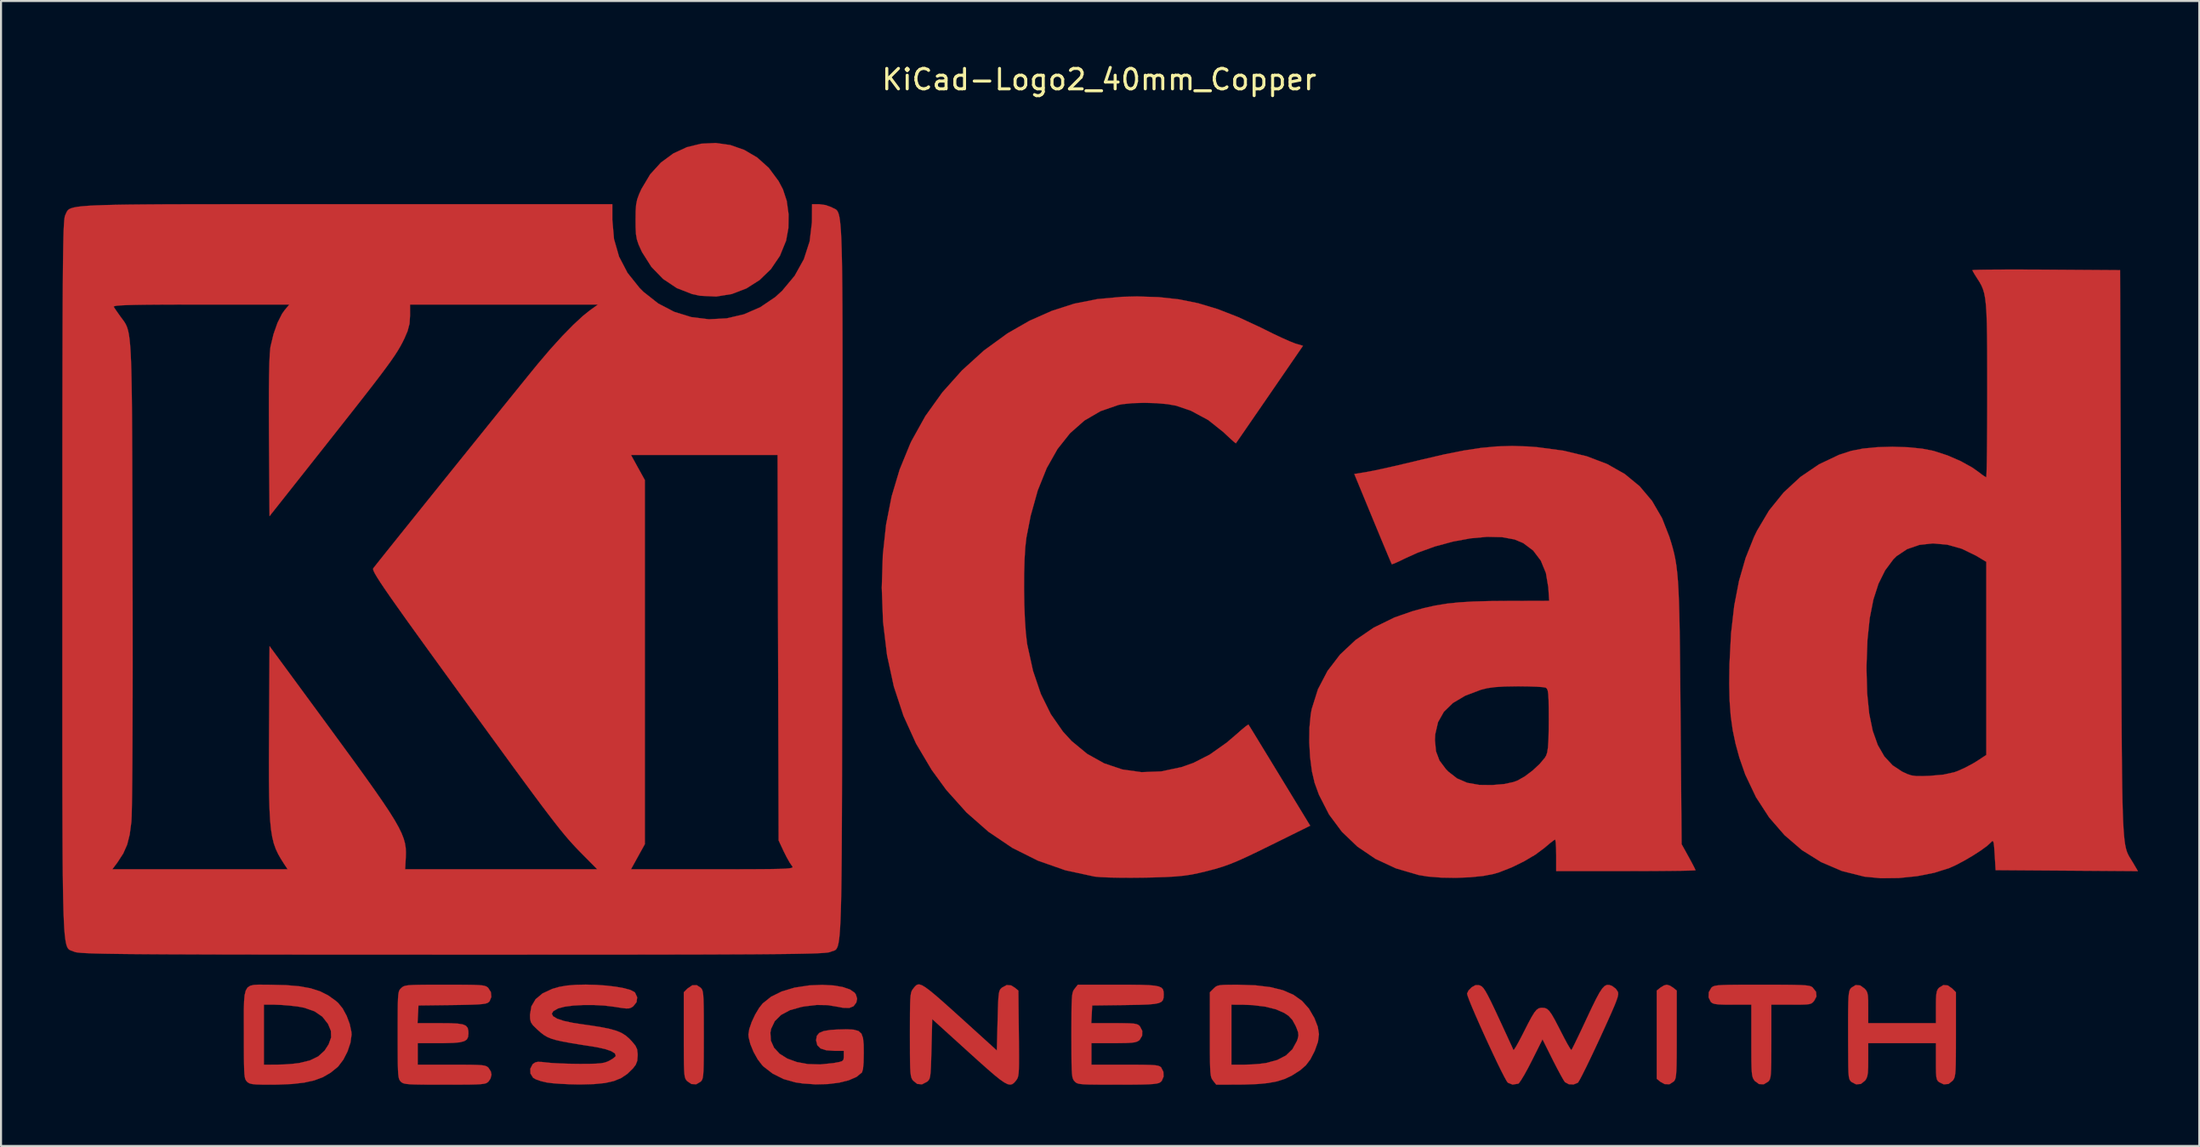
<source format=kicad_pcb>
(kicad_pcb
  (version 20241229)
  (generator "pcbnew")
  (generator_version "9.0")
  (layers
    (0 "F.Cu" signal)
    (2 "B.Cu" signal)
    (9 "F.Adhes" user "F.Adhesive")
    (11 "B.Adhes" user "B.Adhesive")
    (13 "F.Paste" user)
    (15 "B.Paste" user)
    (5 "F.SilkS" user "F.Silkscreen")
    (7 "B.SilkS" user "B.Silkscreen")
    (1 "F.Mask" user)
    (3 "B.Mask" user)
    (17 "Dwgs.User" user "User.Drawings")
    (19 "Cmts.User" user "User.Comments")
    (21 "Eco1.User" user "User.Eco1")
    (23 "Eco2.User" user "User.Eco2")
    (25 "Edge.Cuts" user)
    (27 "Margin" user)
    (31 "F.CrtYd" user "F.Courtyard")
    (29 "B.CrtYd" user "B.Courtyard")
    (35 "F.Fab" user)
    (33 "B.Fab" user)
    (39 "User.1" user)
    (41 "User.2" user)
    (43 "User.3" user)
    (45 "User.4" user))
  (footprint "KiCad-Logo2_40mm_Copper"
    (layer "F.Cu")
    (at 50.806 23.708)
    (property "Reference" "KiCad-Logo2_40mm_Copper" (at 0 -22.86 0) (layer "F.SilkS") (effects (font (size 1 1) (thickness 0.15))))
    (attr exclude_from_pos_files exclude_from_bom)
    (fp_poly (pts (xy 27.966 21.545) (xy 28.124 21.644) (xy 28.302 21.788) (xy 28.302 23.935) (xy 28.301 24.563) (xy 28.299 25.057) (xy 28.293 25.436) (xy 28.284 25.717) (xy 28.269 25.917) (xy 28.249 26.054) (xy 28.221 26.146) (xy 28.184 26.209) (xy 28.158 26.24) (xy 27.948 26.377) (xy 27.709 26.371) (xy 27.5 26.255) (xy 27.322 26.11) (xy 27.322 21.788) (xy 27.5 21.644) (xy 27.672 21.539) (xy 27.812 21.5) (xy 27.966 21.545)) (stroke (width 0.01) (type solid)) (fill yes) (layer "F.Cu"))
    (fp_poly (pts (xy -19.521 21.65) (xy -19.477 21.701) (xy -19.443 21.766) (xy -19.417 21.863) (xy -19.398 22.01) (xy -19.385 22.225) (xy -19.377 22.523) (xy -19.372 22.924) (xy -19.371 23.444) (xy -19.37 23.949) (xy -19.371 24.576) (xy -19.373 25.069) (xy -19.378 25.447) (xy -19.387 25.726) (xy -19.401 25.924) (xy -19.421 26.059) (xy -19.449 26.148) (xy -19.486 26.209) (xy -19.521 26.248) (xy -19.741 26.379) (xy -19.976 26.368) (xy -20.186 26.224) (xy -20.235 26.168) (xy -20.272 26.103) (xy -20.301 26.012) (xy -20.321 25.875) (xy -20.335 25.675) (xy -20.344 25.395) (xy -20.348 25.016) (xy -20.35 24.521) (xy -20.35 23.96) (xy -20.35 21.87) (xy -20.165 21.685) (xy -19.937 21.529) (xy -19.716 21.523) (xy -19.521 21.65)) (stroke (width 0.01) (type solid)) (fill yes) (layer "F.Cu"))
    (fp_poly (pts (xy -18.076 -19.651) (xy -17.392 -19.413) (xy -16.756 -19.04) (xy -16.187 -18.531) (xy -15.708 -17.886) (xy -15.493 -17.48) (xy -15.306 -16.911) (xy -15.216 -16.254) (xy -15.226 -15.579) (xy -15.337 -14.968) (xy -15.641 -14.22) (xy -16.081 -13.572) (xy -16.635 -13.035) (xy -17.282 -12.624) (xy -17.998 -12.349) (xy -18.761 -12.225) (xy -19.549 -12.263) (xy -19.938 -12.345) (xy -20.695 -12.64) (xy -21.367 -13.089) (xy -21.938 -13.679) (xy -22.393 -14.397) (xy -22.431 -14.475) (xy -22.564 -14.769) (xy -22.647 -15.017) (xy -22.693 -15.278) (xy -22.711 -15.613) (xy -22.714 -15.977) (xy -22.709 -16.415) (xy -22.686 -16.732) (xy -22.634 -16.987) (xy -22.541 -17.243) (xy -22.426 -17.496) (xy -21.998 -18.213) (xy -21.47 -18.793) (xy -20.864 -19.237) (xy -20.201 -19.545) (xy -19.501 -19.716) (xy -18.786 -19.751) (xy -18.076 -19.651)) (stroke (width 0.01) (type solid)) (fill yes) (layer "F.Cu"))
    (fp_poly (pts (xy 33.136 21.5) (xy 33.662 21.503) (xy 34.07 21.508) (xy 34.376 21.517) (xy 34.599 21.53) (xy 34.753 21.549) (xy 34.856 21.574) (xy 34.924 21.607) (xy 34.957 21.631) (xy 35.128 21.849) (xy 35.149 22.074) (xy 35.043 22.279) (xy 34.974 22.361) (xy 34.9 22.417) (xy 34.792 22.452) (xy 34.622 22.47) (xy 34.363 22.478) (xy 33.986 22.479) (xy 33.911 22.479) (xy 32.937 22.479) (xy 32.937 24.288) (xy 32.936 24.858) (xy 32.934 25.297) (xy 32.927 25.624) (xy 32.915 25.857) (xy 32.896 26.017) (xy 32.869 26.123) (xy 32.833 26.194) (xy 32.786 26.248) (xy 32.566 26.38) (xy 32.337 26.37) (xy 32.129 26.219) (xy 32.113 26.2) (xy 32.064 26.129) (xy 32.026 26.046) (xy 31.998 25.931) (xy 31.979 25.764) (xy 31.967 25.524) (xy 31.96 25.192) (xy 31.958 24.747) (xy 31.957 24.24) (xy 31.957 22.479) (xy 31.027 22.479) (xy 30.628 22.477) (xy 30.351 22.466) (xy 30.17 22.444) (xy 30.056 22.407) (xy 29.981 22.351) (xy 29.972 22.342) (xy 29.862 22.12) (xy 29.872 21.869) (xy 29.998 21.65) (xy 30.046 21.608) (xy 30.109 21.574) (xy 30.202 21.548) (xy 30.343 21.529) (xy 30.548 21.516) (xy 30.834 21.507) (xy 31.217 21.502) (xy 31.714 21.5) (xy 32.343 21.5) (xy 32.477 21.5) (xy 33.136 21.5)) (stroke (width 0.01) (type solid)) (fill yes) (layer "F.Cu"))
    (fp_poly (pts (xy 41.587 21.536) (xy 41.797 21.685) (xy 41.982 21.87) (xy 41.982 23.936) (xy 41.981 24.549) (xy 41.979 25.03) (xy 41.973 25.397) (xy 41.964 25.668) (xy 41.948 25.861) (xy 41.926 25.995) (xy 41.896 26.088) (xy 41.856 26.158) (xy 41.825 26.2) (xy 41.62 26.364) (xy 41.385 26.382) (xy 41.169 26.281) (xy 41.098 26.222) (xy 41.051 26.143) (xy 41.022 26.016) (xy 41.007 25.812) (xy 41.002 25.503) (xy 41.002 25.264) (xy 41.002 24.364) (xy 37.685 24.364) (xy 37.685 25.183) (xy 37.682 25.557) (xy 37.668 25.814) (xy 37.639 25.988) (xy 37.589 26.112) (xy 37.529 26.2) (xy 37.323 26.364) (xy 37.09 26.383) (xy 36.866 26.267) (xy 36.805 26.206) (xy 36.762 26.125) (xy 36.734 25.999) (xy 36.717 25.803) (xy 36.708 25.511) (xy 36.704 25.099) (xy 36.704 25.004) (xy 36.7 24.227) (xy 36.699 23.587) (xy 36.699 23.069) (xy 36.703 22.66) (xy 36.709 22.345) (xy 36.72 22.11) (xy 36.736 21.942) (xy 36.758 21.825) (xy 36.785 21.746) (xy 36.819 21.692) (xy 36.856 21.65) (xy 37.069 21.518) (xy 37.291 21.536) (xy 37.5 21.685) (xy 37.585 21.78) (xy 37.639 21.886) (xy 37.669 22.037) (xy 37.683 22.267) (xy 37.685 22.613) (xy 37.685 22.627) (xy 37.685 23.384) (xy 41.002 23.384) (xy 41.002 22.592) (xy 41.005 22.228) (xy 41.019 21.982) (xy 41.048 21.822) (xy 41.097 21.716) (xy 41.153 21.65) (xy 41.365 21.518) (xy 41.587 21.536)) (stroke (width 0.01) (type solid)) (fill yes) (layer "F.Cu"))
    (fp_poly (pts (xy 6.799 21.501) (xy 7.66 21.53) (xy 8.392 21.618) (xy 9.008 21.771) (xy 9.519 21.994) (xy 9.938 22.291) (xy 10.277 22.669) (xy 10.547 23.133) (xy 10.552 23.144) (xy 10.713 23.559) (xy 10.771 23.926) (xy 10.724 24.296) (xy 10.573 24.718) (xy 10.545 24.782) (xy 10.35 25.158) (xy 10.131 25.448) (xy 9.848 25.695) (xy 9.462 25.94) (xy 9.44 25.953) (xy 9.104 26.114) (xy 8.724 26.235) (xy 8.276 26.319) (xy 7.735 26.37) (xy 7.078 26.393) (xy 6.845 26.395) (xy 5.739 26.399) (xy 5.583 26.2) (xy 5.537 26.135) (xy 5.5 26.059) (xy 5.473 25.953) (xy 5.454 25.8) (xy 5.441 25.581) (xy 5.436 25.419) (xy 6.482 25.419) (xy 7.109 25.419) (xy 7.476 25.408) (xy 7.852 25.38) (xy 8.161 25.34) (xy 8.18 25.337) (xy 8.729 25.189) (xy 9.154 24.968) (xy 9.47 24.663) (xy 9.69 24.263) (xy 9.728 24.157) (xy 9.766 23.992) (xy 9.75 23.829) (xy 9.671 23.612) (xy 9.623 23.505) (xy 9.467 23.222) (xy 9.28 23.023) (xy 9.073 22.885) (xy 8.659 22.704) (xy 8.13 22.574) (xy 7.513 22.499) (xy 7.066 22.482) (xy 6.482 22.479) (xy 6.482 25.419) (xy 5.436 25.419) (xy 5.433 25.278) (xy 5.428 24.873) (xy 5.427 24.347) (xy 5.427 23.936) (xy 5.427 21.87) (xy 5.612 21.685) (xy 5.694 21.61) (xy 5.783 21.558) (xy 5.907 21.526) (xy 6.094 21.509) (xy 6.374 21.502) (xy 6.775 21.501) (xy 6.799 21.501)) (stroke (width 0.01) (type solid)) (fill yes) (layer "F.Cu"))
    (fp_poly (pts (xy -40.87 21.5) (xy -40.606 21.502) (xy -39.834 21.521) (xy -39.187 21.576) (xy -38.643 21.674) (xy -38.181 21.821) (xy -37.779 22.022) (xy -37.413 22.284) (xy -37.283 22.397) (xy -37.067 22.663) (xy -36.871 23.024) (xy -36.721 23.424) (xy -36.639 23.807) (xy -36.63 23.949) (xy -36.684 24.342) (xy -36.827 24.771) (xy -37.035 25.177) (xy -37.281 25.501) (xy -37.321 25.54) (xy -37.66 25.814) (xy -38.031 26.029) (xy -38.455 26.188) (xy -38.954 26.299) (xy -39.55 26.367) (xy -40.264 26.396) (xy -40.59 26.399) (xy -41.006 26.397) (xy -41.298 26.388) (xy -41.494 26.37) (xy -41.622 26.338) (xy -41.709 26.29) (xy -41.755 26.248) (xy -41.799 26.197) (xy -41.834 26.132) (xy -41.86 26.035) (xy -41.879 25.888) (xy -41.892 25.674) (xy -41.9 25.375) (xy -41.904 24.974) (xy -41.906 24.454) (xy -41.906 23.949) (xy -41.908 23.275) (xy -41.908 22.737) (xy -41.901 22.479) (xy -40.926 22.479) (xy -40.926 25.419) (xy -40.305 25.418) (xy -39.93 25.408) (xy -39.539 25.38) (xy -39.212 25.341) (xy -39.202 25.34) (xy -38.673 25.212) (xy -38.263 25.013) (xy -37.952 24.73) (xy -37.753 24.423) (xy -37.631 24.083) (xy -37.641 23.764) (xy -37.783 23.422) (xy -38.06 23.067) (xy -38.444 22.805) (xy -38.943 22.63) (xy -39.276 22.568) (xy -39.655 22.524) (xy -40.056 22.492) (xy -40.397 22.479) (xy -40.418 22.479) (xy -40.926 22.479) (xy -41.901 22.479) (xy -41.897 22.319) (xy -41.869 22.007) (xy -41.814 21.785) (xy -41.726 21.638) (xy -41.595 21.551) (xy -41.414 21.509) (xy -41.175 21.497) (xy -40.87 21.5)) (stroke (width 0.01) (type solid)) (fill yes) (layer "F.Cu"))
    (fp_poly (pts (xy -8.68 21.529) (xy -8.523 21.621) (xy -8.317 21.772) (xy -8.052 21.989) (xy -7.718 22.278) (xy -7.303 22.648) (xy -6.797 23.104) (xy -6.218 23.629) (xy -5.012 24.723) (xy -4.974 23.255) (xy -4.961 22.75) (xy -4.948 22.374) (xy -4.932 22.105) (xy -4.911 21.921) (xy -4.882 21.802) (xy -4.842 21.724) (xy -4.788 21.667) (xy -4.759 21.643) (xy -4.528 21.517) (xy -4.309 21.535) (xy -4.135 21.644) (xy -3.957 21.788) (xy -3.935 23.89) (xy -3.929 24.509) (xy -3.926 24.995) (xy -3.927 25.366) (xy -3.933 25.641) (xy -3.945 25.838) (xy -3.965 25.974) (xy -3.993 26.069) (xy -4.031 26.139) (xy -4.072 26.196) (xy -4.162 26.301) (xy -4.252 26.371) (xy -4.354 26.397) (xy -4.48 26.374) (xy -4.643 26.292) (xy -4.856 26.145) (xy -5.13 25.925) (xy -5.478 25.625) (xy -5.914 25.237) (xy -6.407 24.791) (xy -8.178 23.185) (xy -8.215 24.648) (xy -8.229 25.152) (xy -8.242 25.527) (xy -8.258 25.796) (xy -8.279 25.978) (xy -8.308 26.097) (xy -8.349 26.175) (xy -8.403 26.232) (xy -8.431 26.255) (xy -8.678 26.382) (xy -8.911 26.363) (xy -9.114 26.2) (xy -9.161 26.135) (xy -9.197 26.058) (xy -9.224 25.952) (xy -9.244 25.799) (xy -9.257 25.579) (xy -9.265 25.275) (xy -9.269 24.868) (xy -9.27 24.34) (xy -9.271 23.949) (xy -9.27 23.338) (xy -9.268 22.859) (xy -9.262 22.494) (xy -9.253 22.225) (xy -9.237 22.033) (xy -9.215 21.9) (xy -9.184 21.808) (xy -9.144 21.738) (xy -9.114 21.698) (xy -9.039 21.604) (xy -8.969 21.533) (xy -8.892 21.492) (xy -8.8 21.488) (xy -8.68 21.529)) (stroke (width 0.01) (type solid)) (fill yes) (layer "F.Cu"))
    (fp_poly (pts (xy -13.02 21.536) (xy -12.562 21.613) (xy -12.211 21.733) (xy -11.982 21.89) (xy -11.92 21.979) (xy -11.857 22.188) (xy -11.899 22.376) (xy -12.034 22.555) (xy -12.243 22.639) (xy -12.546 22.632) (xy -12.781 22.587) (xy -13.302 22.5) (xy -13.835 22.492) (xy -14.432 22.562) (xy -14.596 22.592) (xy -15.151 22.748) (xy -15.585 22.981) (xy -15.893 23.286) (xy -16.071 23.659) (xy -16.108 23.852) (xy -16.084 24.243) (xy -15.928 24.59) (xy -15.655 24.884) (xy -15.279 25.12) (xy -14.814 25.29) (xy -14.273 25.389) (xy -13.673 25.408) (xy -13.025 25.342) (xy -12.989 25.336) (xy -12.731 25.288) (xy -12.589 25.241) (xy -12.527 25.173) (xy -12.512 25.058) (xy -12.512 24.997) (xy -12.512 24.741) (xy -12.969 24.741) (xy -13.372 24.713) (xy -13.648 24.625) (xy -13.808 24.468) (xy -13.866 24.236) (xy -13.867 24.206) (xy -13.833 24.007) (xy -13.717 23.865) (xy -13.5 23.772) (xy -13.164 23.717) (xy -12.84 23.697) (xy -12.368 23.685) (xy -12.026 23.703) (xy -11.792 23.768) (xy -11.647 23.898) (xy -11.569 24.113) (xy -11.537 24.429) (xy -11.532 24.845) (xy -11.541 25.308) (xy -11.569 25.624) (xy -11.617 25.792) (xy -11.626 25.805) (xy -11.886 26.016) (xy -12.267 26.183) (xy -12.745 26.302) (xy -13.295 26.37) (xy -13.895 26.384) (xy -14.519 26.34) (xy -14.886 26.286) (xy -15.461 26.123) (xy -15.996 25.857) (xy -16.444 25.511) (xy -16.512 25.442) (xy -16.733 25.151) (xy -16.933 24.791) (xy -17.088 24.414) (xy -17.174 24.071) (xy -17.185 23.94) (xy -17.14 23.665) (xy -17.022 23.323) (xy -16.854 22.964) (xy -16.657 22.635) (xy -16.483 22.416) (xy -16.076 22.09) (xy -15.549 21.83) (xy -14.923 21.643) (xy -14.215 21.534) (xy -13.567 21.507) (xy -13.02 21.536)) (stroke (width 0.01) (type solid)) (fill yes) (layer "F.Cu"))
    (fp_poly (pts (xy 1.538 21.501) (xy 2.048 21.507) (xy 2.438 21.521) (xy 2.726 21.547) (xy 2.926 21.588) (xy 3.054 21.647) (xy 3.126 21.727) (xy 3.158 21.833) (xy 3.166 21.966) (xy 3.166 21.982) (xy 3.159 22.133) (xy 3.127 22.25) (xy 3.053 22.338) (xy 2.92 22.4) (xy 2.71 22.442) (xy 2.405 22.469) (xy 1.989 22.485) (xy 1.444 22.494) (xy 1.277 22.497) (xy -0.339 22.517) (xy -0.362 22.95) (xy -0.384 23.384) (xy 0.738 23.384) (xy 1.177 23.385) (xy 1.49 23.392) (xy 1.703 23.407) (xy 1.841 23.434) (xy 1.93 23.474) (xy 1.995 23.532) (xy 1.995 23.532) (xy 2.112 23.757) (xy 2.108 23.999) (xy 1.985 24.206) (xy 1.961 24.227) (xy 1.874 24.282) (xy 1.756 24.32) (xy 1.579 24.344) (xy 1.318 24.358) (xy 0.946 24.363) (xy 0.708 24.364) (xy -0.377 24.364) (xy -0.377 25.419) (xy 1.27 25.419) (xy 1.813 25.42) (xy 2.226 25.424) (xy 2.528 25.432) (xy 2.739 25.446) (xy 2.879 25.468) (xy 2.968 25.5) (xy 3.026 25.541) (xy 3.041 25.557) (xy 3.149 25.767) (xy 3.157 26.007) (xy 3.068 26.215) (xy 2.998 26.281) (xy 2.925 26.318) (xy 2.812 26.346) (xy 2.641 26.368) (xy 2.395 26.382) (xy 2.055 26.392) (xy 1.603 26.397) (xy 1.022 26.399) (xy 0.891 26.399) (xy 0.3 26.398) (xy -0.159 26.396) (xy -0.504 26.391) (xy -0.753 26.381) (xy -0.927 26.365) (xy -1.042 26.341) (xy -1.118 26.308) (xy -1.173 26.265) (xy -1.203 26.234) (xy -1.248 26.179) (xy -1.284 26.11) (xy -1.311 26.011) (xy -1.33 25.863) (xy -1.343 25.648) (xy -1.351 25.348) (xy -1.355 24.946) (xy -1.356 24.423) (xy -1.357 23.983) (xy -1.356 23.366) (xy -1.354 22.882) (xy -1.349 22.512) (xy -1.339 22.239) (xy -1.324 22.043) (xy -1.302 21.907) (xy -1.273 21.813) (xy -1.234 21.743) (xy -1.2 21.698) (xy -1.044 21.5) (xy 0.893 21.5) (xy 1.538 21.501)) (stroke (width 0.01) (type solid)) (fill yes) (layer "F.Cu"))
    (fp_poly (pts (xy -31.465 21.5) (xy -31.002 21.503) (xy -30.652 21.508) (xy -30.397 21.519) (xy -30.219 21.535) (xy -30.099 21.559) (xy -30.018 21.591) (xy -29.958 21.634) (xy -29.936 21.653) (xy -29.804 21.861) (xy -29.781 22.099) (xy -29.868 22.31) (xy -29.908 22.353) (xy -29.973 22.395) (xy -30.077 22.427) (xy -30.241 22.451) (xy -30.483 22.468) (xy -30.823 22.481) (xy -31.28 22.491) (xy -31.698 22.497) (xy -33.352 22.517) (xy -33.374 22.95) (xy -33.397 23.384) (xy -32.274 23.384) (xy -31.787 23.388) (xy -31.43 23.406) (xy -31.184 23.444) (xy -31.028 23.511) (xy -30.942 23.613) (xy -30.907 23.759) (xy -30.902 23.894) (xy -30.919 24.06) (xy -30.981 24.182) (xy -31.109 24.267) (xy -31.321 24.322) (xy -31.636 24.351) (xy -32.074 24.363) (xy -32.313 24.364) (xy -33.389 24.364) (xy -33.389 25.419) (xy -31.731 25.419) (xy -31.188 25.42) (xy -30.775 25.423) (xy -30.472 25.431) (xy -30.259 25.444) (xy -30.115 25.466) (xy -30.021 25.497) (xy -29.955 25.539) (xy -29.922 25.57) (xy -29.808 25.749) (xy -29.772 25.909) (xy -29.824 26.104) (xy -29.922 26.248) (xy -29.975 26.293) (xy -30.042 26.329) (xy -30.144 26.355) (xy -30.296 26.374) (xy -30.519 26.386) (xy -30.83 26.394) (xy -31.247 26.397) (xy -31.789 26.399) (xy -32.07 26.399) (xy -32.672 26.398) (xy -33.142 26.396) (xy -33.497 26.39) (xy -33.756 26.38) (xy -33.938 26.364) (xy -34.059 26.341) (xy -34.139 26.31) (xy -34.196 26.269) (xy -34.218 26.248) (xy -34.262 26.197) (xy -34.297 26.132) (xy -34.323 26.034) (xy -34.342 25.887) (xy -34.355 25.672) (xy -34.363 25.372) (xy -34.367 24.97) (xy -34.369 24.448) (xy -34.369 23.962) (xy -34.369 23.34) (xy -34.367 22.851) (xy -34.363 22.477) (xy -34.355 22.201) (xy -34.341 22.006) (xy -34.321 21.873) (xy -34.293 21.785) (xy -34.255 21.725) (xy -34.207 21.675) (xy -34.195 21.663) (xy -34.137 21.614) (xy -34.07 21.575) (xy -33.974 21.547) (xy -33.833 21.526) (xy -33.626 21.513) (xy -33.335 21.505) (xy -32.941 21.501) (xy -32.426 21.5) (xy -32.061 21.5) (xy -31.465 21.5)) (stroke (width 0.01) (type solid)) (fill yes) (layer "F.Cu"))
    (fp_poly (pts (xy 25.001 21.513) (xy 25.132 21.559) (xy 25.137 21.562) (xy 25.315 21.697) (xy 25.413 21.837) (xy 25.432 21.902) (xy 25.431 21.989) (xy 25.404 22.113) (xy 25.345 22.289) (xy 25.249 22.532) (xy 25.108 22.859) (xy 24.918 23.284) (xy 24.673 23.823) (xy 24.538 24.118) (xy 24.293 24.644) (xy 24.064 25.127) (xy 23.859 25.551) (xy 23.686 25.897) (xy 23.554 26.148) (xy 23.472 26.285) (xy 23.456 26.304) (xy 23.249 26.388) (xy 23.015 26.377) (xy 22.827 26.275) (xy 22.82 26.267) (xy 22.745 26.154) (xy 22.62 25.933) (xy 22.459 25.634) (xy 22.279 25.285) (xy 22.214 25.156) (xy 21.726 24.177) (xy 21.193 25.241) (xy 21.003 25.608) (xy 20.827 25.927) (xy 20.678 26.172) (xy 20.573 26.32) (xy 20.537 26.351) (xy 20.258 26.394) (xy 20.029 26.304) (xy 19.961 26.209) (xy 19.844 25.997) (xy 19.687 25.689) (xy 19.5 25.307) (xy 19.293 24.87) (xy 19.074 24.4) (xy 18.853 23.918) (xy 18.64 23.444) (xy 18.445 23) (xy 18.276 22.606) (xy 18.144 22.283) (xy 18.059 22.053) (xy 18.028 21.935) (xy 18.029 21.931) (xy 18.102 21.782) (xy 18.25 21.631) (xy 18.258 21.624) (xy 18.44 21.522) (xy 18.607 21.523) (xy 18.67 21.542) (xy 18.747 21.584) (xy 18.828 21.666) (xy 18.924 21.806) (xy 19.044 22.02) (xy 19.198 22.325) (xy 19.396 22.739) (xy 19.574 23.121) (xy 19.779 23.564) (xy 19.963 23.962) (xy 20.116 24.295) (xy 20.229 24.541) (xy 20.291 24.681) (xy 20.3 24.703) (xy 20.341 24.667) (xy 20.436 24.518) (xy 20.571 24.276) (xy 20.734 23.965) (xy 20.799 23.836) (xy 21.019 23.402) (xy 21.189 23.086) (xy 21.322 22.869) (xy 21.433 22.734) (xy 21.535 22.661) (xy 21.643 22.633) (xy 21.713 22.63) (xy 21.837 22.641) (xy 21.945 22.686) (xy 22.053 22.785) (xy 22.175 22.955) (xy 22.325 23.215) (xy 22.518 23.585) (xy 22.625 23.795) (xy 22.798 24.13) (xy 22.948 24.408) (xy 23.064 24.605) (xy 23.131 24.698) (xy 23.14 24.702) (xy 23.183 24.629) (xy 23.279 24.439) (xy 23.419 24.151) (xy 23.594 23.787) (xy 23.792 23.365) (xy 23.89 23.155) (xy 24.144 22.615) (xy 24.349 22.199) (xy 24.515 21.893) (xy 24.652 21.686) (xy 24.772 21.562) (xy 24.885 21.509) (xy 25.001 21.513)) (stroke (width 0.01) (type solid)) (fill yes) (layer "F.Cu"))
    (fp_poly (pts (xy -24.648 21.508) (xy -24.148 21.543) (xy -23.684 21.598) (xy -23.281 21.67) (xy -22.967 21.757) (xy -22.77 21.858) (xy -22.739 21.888) (xy -22.634 22.119) (xy -22.666 22.356) (xy -22.83 22.559) (xy -22.837 22.565) (xy -22.934 22.627) (xy -23.034 22.66) (xy -23.174 22.664) (xy -23.39 22.64) (xy -23.716 22.588) (xy -23.742 22.584) (xy -24.227 22.524) (xy -24.751 22.495) (xy -25.277 22.495) (xy -25.767 22.522) (xy -26.186 22.577) (xy -26.495 22.658) (xy -26.515 22.666) (xy -26.74 22.792) (xy -26.819 22.919) (xy -26.757 23.044) (xy -26.56 23.164) (xy -26.232 23.274) (xy -25.778 23.371) (xy -25.475 23.418) (xy -24.847 23.508) (xy -24.346 23.59) (xy -23.954 23.672) (xy -23.647 23.76) (xy -23.405 23.862) (xy -23.207 23.985) (xy -23.03 24.135) (xy -22.889 24.283) (xy -22.721 24.489) (xy -22.638 24.666) (xy -22.612 24.884) (xy -22.611 24.964) (xy -22.631 25.229) (xy -22.708 25.427) (xy -22.843 25.602) (xy -23.116 25.869) (xy -23.42 26.074) (xy -23.779 26.221) (xy -24.214 26.318) (xy -24.748 26.371) (xy -25.405 26.388) (xy -25.513 26.388) (xy -25.951 26.378) (xy -26.385 26.358) (xy -26.768 26.329) (xy -27.053 26.294) (xy -27.076 26.29) (xy -27.359 26.223) (xy -27.599 26.138) (xy -27.735 26.06) (xy -27.862 25.856) (xy -27.871 25.618) (xy -27.762 25.406) (xy -27.737 25.382) (xy -27.636 25.311) (xy -27.51 25.28) (xy -27.315 25.285) (xy -27.078 25.312) (xy -26.813 25.337) (xy -26.441 25.357) (xy -26.008 25.372) (xy -25.556 25.379) (xy -25.438 25.38) (xy -24.985 25.378) (xy -24.653 25.369) (xy -24.414 25.35) (xy -24.237 25.318) (xy -24.095 25.27) (xy -24.01 25.23) (xy -23.822 25.119) (xy -23.702 25.019) (xy -23.685 24.99) (xy -23.722 24.873) (xy -23.897 24.759) (xy -24.199 24.654) (xy -24.615 24.563) (xy -24.738 24.542) (xy -25.378 24.442) (xy -25.889 24.358) (xy -26.291 24.284) (xy -26.602 24.215) (xy -26.844 24.143) (xy -27.035 24.064) (xy -27.196 23.971) (xy -27.345 23.858) (xy -27.503 23.718) (xy -27.557 23.669) (xy -27.743 23.487) (xy -27.842 23.342) (xy -27.881 23.176) (xy -27.887 22.968) (xy -27.818 22.559) (xy -27.613 22.211) (xy -27.271 21.926) (xy -26.795 21.705) (xy -26.455 21.606) (xy -26.086 21.542) (xy -25.644 21.505) (xy -25.155 21.495) (xy -24.648 21.508)) (stroke (width 0.01) (type solid)) (fill yes) (layer "F.Cu"))
    (fp_poly (pts (xy 2.917 -12.197) (xy 3.899 -12.09) (xy 4.85 -11.898) (xy 5.809 -11.61) (xy 6.815 -11.218) (xy 7.907 -10.711) (xy 8.103 -10.613) (xy 8.554 -10.39) (xy 8.98 -10.19) (xy 9.338 -10.031) (xy 9.586 -9.933) (xy 9.624 -9.92) (xy 9.989 -9.811) (xy 8.354 -7.432) (xy 7.954 -6.85) (xy 7.588 -6.319) (xy 7.27 -5.856) (xy 7.01 -5.479) (xy 6.822 -5.207) (xy 6.718 -5.057) (xy 6.701 -5.033) (xy 6.632 -5.083) (xy 6.463 -5.232) (xy 6.223 -5.454) (xy 6.091 -5.58) (xy 5.343 -6.175) (xy 4.502 -6.627) (xy 3.778 -6.875) (xy 3.343 -6.953) (xy 2.799 -7) (xy 2.209 -7.016) (xy 1.638 -7) (xy 1.148 -6.951) (xy 0.953 -6.914) (xy 0.074 -6.611) (xy -0.719 -6.149) (xy -1.424 -5.528) (xy -2.041 -4.75) (xy -2.569 -3.815) (xy -3.008 -2.723) (xy -3.356 -1.477) (xy -3.564 -0.41) (xy -3.618 0.061) (xy -3.655 0.67) (xy -3.675 1.372) (xy -3.678 2.125) (xy -3.666 2.883) (xy -3.637 3.605) (xy -3.593 4.245) (xy -3.534 4.76) (xy -3.521 4.839) (xy -3.239 6.12) (xy -2.855 7.253) (xy -2.366 8.244) (xy -1.771 9.098) (xy -1.348 9.559) (xy -0.588 10.186) (xy 0.245 10.651) (xy 1.138 10.951) (xy 2.076 11.083) (xy 3.045 11.046) (xy 4.031 10.837) (xy 4.614 10.632) (xy 5.422 10.221) (xy 6.253 9.633) (xy 6.719 9.235) (xy 6.981 9.004) (xy 7.187 8.835) (xy 7.304 8.754) (xy 7.318 8.751) (xy 7.37 8.835) (xy 7.506 9.054) (xy 7.713 9.392) (xy 7.979 9.829) (xy 8.295 10.346) (xy 8.647 10.924) (xy 8.843 11.246) (xy 10.342 13.707) (xy 8.471 14.632) (xy 7.795 14.964) (xy 7.247 15.226) (xy 6.794 15.43) (xy 6.402 15.591) (xy 6.039 15.72) (xy 5.67 15.831) (xy 5.262 15.937) (xy 4.871 16.03) (xy 4.523 16.102) (xy 4.159 16.156) (xy 3.744 16.196) (xy 3.239 16.224) (xy 2.609 16.244) (xy 2.185 16.252) (xy 1.579 16.258) (xy 0.999 16.255) (xy 0.481 16.245) (xy 0.066 16.227) (xy -0.209 16.202) (xy -0.226 16.2) (xy -1.656 15.891) (xy -2.999 15.421) (xy -4.254 14.793) (xy -5.421 14.005) (xy -6.499 13.058) (xy -7.489 11.953) (xy -8.206 10.97) (xy -8.969 9.684) (xy -9.585 8.326) (xy -10.059 6.885) (xy -10.392 5.35) (xy -10.588 3.711) (xy -10.65 2.046) (xy -10.599 0.435) (xy -10.439 -1.051) (xy -10.166 -2.437) (xy -9.774 -3.749) (xy -9.257 -5.012) (xy -9.196 -5.142) (xy -8.516 -6.365) (xy -7.682 -7.529) (xy -6.716 -8.609) (xy -5.643 -9.582) (xy -4.485 -10.424) (xy -3.407 -11.041) (xy -2.317 -11.524) (xy -1.225 -11.875) (xy -0.089 -12.101) (xy 1.135 -12.213) (xy 1.866 -12.23) (xy 2.917 -12.197)) (stroke (width 0.01) (type solid)) (fill yes) (layer "F.Cu"))
    (fp_poly (pts (xy 45.37 -13.548) (xy 46.144 -13.545) (xy 46.407 -13.543) (xy 50.026 -13.519) (xy 50.072 0.364) (xy 50.078 2.247) (xy 50.083 3.956) (xy 50.088 5.501) (xy 50.093 6.891) (xy 50.098 8.133) (xy 50.104 9.238) (xy 50.111 10.214) (xy 50.12 11.07) (xy 50.13 11.814) (xy 50.142 12.456) (xy 50.157 13.005) (xy 50.174 13.468) (xy 50.195 13.855) (xy 50.219 14.176) (xy 50.246 14.438) (xy 50.278 14.651) (xy 50.314 14.823) (xy 50.355 14.963) (xy 50.401 15.08) (xy 50.453 15.184) (xy 50.511 15.282) (xy 50.574 15.384) (xy 50.644 15.498) (xy 50.659 15.522) (xy 50.9 15.934) (xy 43.927 15.886) (xy 43.881 15.12) (xy 43.856 14.753) (xy 43.83 14.54) (xy 43.795 14.456) (xy 43.743 14.473) (xy 43.699 14.522) (xy 43.507 14.699) (xy 43.195 14.926) (xy 42.806 15.177) (xy 42.384 15.424) (xy 41.974 15.64) (xy 41.659 15.782) (xy 40.921 16.015) (xy 40.074 16.181) (xy 39.181 16.272) (xy 38.304 16.282) (xy 37.506 16.205) (xy 37.493 16.203) (xy 36.401 15.929) (xy 35.379 15.492) (xy 34.436 14.903) (xy 33.583 14.169) (xy 32.829 13.301) (xy 32.185 12.308) (xy 31.659 11.2) (xy 31.373 10.378) (xy 31.185 9.691) (xy 31.045 9.026) (xy 30.949 8.342) (xy 30.894 7.599) (xy 30.875 6.757) (xy 30.883 6.069) (xy 37.601 6.069) (xy 37.633 7.222) (xy 37.733 8.215) (xy 37.905 9.055) (xy 38.152 9.752) (xy 38.476 10.314) (xy 38.881 10.75) (xy 39.348 11.058) (xy 39.592 11.173) (xy 39.803 11.242) (xy 40.038 11.274) (xy 40.354 11.276) (xy 40.695 11.264) (xy 41.364 11.205) (xy 41.894 11.089) (xy 42.06 11.031) (xy 42.44 10.86) (xy 42.841 10.645) (xy 43.016 10.538) (xy 43.471 10.239) (xy 43.471 0.776) (xy 42.971 0.476) (xy 42.272 0.136) (xy 41.559 -0.064) (xy 40.856 -0.127) (xy 40.191 -0.054) (xy 39.589 0.154) (xy 39.075 0.496) (xy 38.91 0.66) (xy 38.511 1.197) (xy 38.188 1.848) (xy 37.938 2.623) (xy 37.759 3.534) (xy 37.648 4.591) (xy 37.603 5.807) (xy 37.601 6.069) (xy 30.883 6.069) (xy 30.887 5.783) (xy 30.964 4.284) (xy 31.118 2.932) (xy 31.354 1.708) (xy 31.676 0.59) (xy 32.087 -0.439) (xy 32.234 -0.744) (xy 32.825 -1.739) (xy 33.54 -2.623) (xy 34.361 -3.383) (xy 35.272 -4.002) (xy 36.255 -4.469) (xy 36.845 -4.661) (xy 37.424 -4.775) (xy 38.121 -4.843) (xy 38.877 -4.865) (xy 39.634 -4.84) (xy 40.333 -4.77) (xy 40.895 -4.659) (xy 41.563 -4.442) (xy 42.211 -4.162) (xy 42.777 -3.849) (xy 43.079 -3.636) (xy 43.287 -3.478) (xy 43.433 -3.382) (xy 43.466 -3.368) (xy 43.476 -3.457) (xy 43.486 -3.709) (xy 43.495 -4.108) (xy 43.502 -4.635) (xy 43.508 -5.273) (xy 43.513 -6.005) (xy 43.516 -6.811) (xy 43.517 -7.633) (xy 43.516 -8.685) (xy 43.514 -9.572) (xy 43.507 -10.311) (xy 43.496 -10.919) (xy 43.478 -11.413) (xy 43.452 -11.809) (xy 43.416 -12.125) (xy 43.369 -12.378) (xy 43.308 -12.584) (xy 43.234 -12.762) (xy 43.144 -12.926) (xy 43.036 -13.096) (xy 43.022 -13.117) (xy 42.884 -13.336) (xy 42.8 -13.487) (xy 42.789 -13.518) (xy 42.876 -13.528) (xy 43.127 -13.537) (xy 43.521 -13.543) (xy 44.039 -13.547) (xy 44.662 -13.549) (xy 45.37 -13.548)) (stroke (width 0.01) (type solid)) (fill yes) (layer "F.Cu"))
    (fp_poly (pts (xy 21.003 -4.879) (xy 21.454 -4.845) (xy 22.745 -4.673) (xy 23.888 -4.399) (xy 24.889 -4.019) (xy 25.753 -3.53) (xy 26.486 -2.927) (xy 27.094 -2.207) (xy 27.583 -1.365) (xy 27.939 -0.455) (xy 28.03 -0.165) (xy 28.109 0.107) (xy 28.177 0.375) (xy 28.235 0.654) (xy 28.284 0.958) (xy 28.325 1.303) (xy 28.36 1.702) (xy 28.388 2.171) (xy 28.411 2.723) (xy 28.43 3.374) (xy 28.445 4.139) (xy 28.458 5.031) (xy 28.469 6.066) (xy 28.48 7.259) (xy 28.488 8.194) (xy 28.541 14.612) (xy 28.882 15.229) (xy 29.044 15.527) (xy 29.164 15.758) (xy 29.222 15.881) (xy 29.224 15.89) (xy 29.136 15.899) (xy 28.886 15.908) (xy 28.494 15.916) (xy 27.979 15.922) (xy 27.362 15.927) (xy 26.663 15.931) (xy 25.901 15.932) (xy 25.81 15.932) (xy 22.396 15.932) (xy 22.396 15.158) (xy 22.39 14.808) (xy 22.374 14.541) (xy 22.352 14.398) (xy 22.342 14.384) (xy 22.252 14.44) (xy 22.066 14.586) (xy 21.824 14.791) (xy 21.819 14.795) (xy 21.378 15.124) (xy 20.82 15.454) (xy 20.21 15.752) (xy 19.61 15.988) (xy 19.346 16.068) (xy 18.82 16.17) (xy 18.175 16.235) (xy 17.469 16.263) (xy 16.762 16.251) (xy 16.113 16.2) (xy 15.659 16.126) (xy 14.545 15.799) (xy 13.542 15.333) (xy 12.657 14.733) (xy 11.896 14.006) (xy 11.265 13.158) (xy 10.772 12.193) (xy 10.559 11.608) (xy 10.426 11.039) (xy 10.338 10.356) (xy 10.297 9.622) (xy 10.298 9.515) (xy 16.455 9.515) (xy 16.506 10.06) (xy 16.676 10.513) (xy 16.991 10.934) (xy 17.111 11.057) (xy 17.54 11.391) (xy 18.036 11.604) (xy 18.63 11.708) (xy 19.256 11.715) (xy 19.849 11.665) (xy 20.304 11.567) (xy 20.501 11.493) (xy 20.857 11.292) (xy 21.233 11.009) (xy 21.577 10.691) (xy 21.834 10.386) (xy 21.902 10.274) (xy 21.955 10.117) (xy 21.993 9.868) (xy 22.017 9.502) (xy 22.029 8.996) (xy 22.032 8.514) (xy 22.03 7.952) (xy 22.023 7.546) (xy 22.008 7.269) (xy 21.983 7.094) (xy 21.944 6.996) (xy 21.889 6.947) (xy 21.872 6.939) (xy 21.725 6.915) (xy 21.435 6.895) (xy 21.042 6.882) (xy 20.583 6.876) (xy 20.484 6.876) (xy 19.871 6.886) (xy 19.398 6.915) (xy 19.022 6.967) (xy 18.711 7.044) (xy 17.941 7.335) (xy 17.337 7.693) (xy 16.893 8.124) (xy 16.606 8.633) (xy 16.469 9.227) (xy 16.455 9.515) (xy 10.298 9.515) (xy 10.306 8.899) (xy 10.368 8.252) (xy 10.416 7.991) (xy 10.722 7.02) (xy 11.189 6.127) (xy 11.806 5.32) (xy 12.565 4.607) (xy 13.458 3.998) (xy 14.475 3.501) (xy 15.34 3.199) (xy 15.918 3.04) (xy 16.471 2.917) (xy 17.034 2.825) (xy 17.644 2.761) (xy 18.337 2.72) (xy 19.147 2.698) (xy 19.88 2.692) (xy 22.052 2.686) (xy 22.01 2.033) (xy 21.892 1.324) (xy 21.641 0.715) (xy 21.267 0.221) (xy 20.781 -0.143) (xy 20.354 -0.321) (xy 19.741 -0.433) (xy 19.011 -0.449) (xy 18.199 -0.375) (xy 17.339 -0.217) (xy 16.465 0.019) (xy 15.61 0.327) (xy 14.989 0.609) (xy 14.691 0.754) (xy 14.463 0.855) (xy 14.347 0.895) (xy 14.341 0.893) (xy 14.301 0.805) (xy 14.201 0.571) (xy 14.051 0.213) (xy 13.859 -0.246) (xy 13.636 -0.784) (xy 13.409 -1.332) (xy 12.503 -3.529) (xy 13.148 -3.635) (xy 13.427 -3.688) (xy 13.847 -3.777) (xy 14.372 -3.894) (xy 14.965 -4.032) (xy 15.592 -4.181) (xy 15.841 -4.241) (xy 16.919 -4.491) (xy 17.864 -4.679) (xy 18.709 -4.808) (xy 19.491 -4.881) (xy 20.243 -4.904) (xy 21.003 -4.879)) (stroke (width 0.01) (type solid)) (fill yes) (layer "F.Cu"))
    (fp_poly (pts (xy -39.491 -16.752) (xy -37.737 -16.751) (xy -36.921 -16.751) (xy -23.852 -16.751) (xy -23.852 -15.981) (xy -23.77 -15.043) (xy -23.522 -14.179) (xy -23.106 -13.382) (xy -22.519 -12.648) (xy -22.32 -12.449) (xy -21.606 -11.887) (xy -20.819 -11.476) (xy -19.982 -11.218) (xy -19.118 -11.112) (xy -18.251 -11.157) (xy -17.405 -11.354) (xy -16.602 -11.703) (xy -15.866 -12.202) (xy -15.535 -12.503) (xy -14.919 -13.242) (xy -14.468 -14.054) (xy -14.184 -14.931) (xy -14.073 -15.863) (xy -14.071 -15.955) (xy -14.066 -16.751) (xy -13.715 -16.751) (xy -13.405 -16.709) (xy -13.121 -16.607) (xy -13.102 -16.596) (xy -13.038 -16.563) (xy -12.98 -16.537) (xy -12.926 -16.511) (xy -12.877 -16.477) (xy -12.832 -16.428) (xy -12.792 -16.356) (xy -12.756 -16.254) (xy -12.724 -16.114) (xy -12.696 -15.928) (xy -12.672 -15.689) (xy -12.65 -15.39) (xy -12.632 -15.023) (xy -12.617 -14.58) (xy -12.604 -14.054) (xy -12.594 -13.438) (xy -12.586 -12.723) (xy -12.58 -11.902) (xy -12.576 -10.968) (xy -12.574 -9.913) (xy -12.573 -8.73) (xy -12.573 -7.411) (xy -12.575 -5.948) (xy -12.577 -4.335) (xy -12.579 -2.562) (xy -12.582 -0.624) (xy -12.585 1.488) (xy -12.585 1.745) (xy -12.588 3.871) (xy -12.59 5.822) (xy -12.592 7.606) (xy -12.595 9.23) (xy -12.597 10.703) (xy -12.6 12.031) (xy -12.604 13.223) (xy -12.609 14.285) (xy -12.615 15.225) (xy -12.623 16.051) (xy -12.632 16.77) (xy -12.644 17.391) (xy -12.658 17.919) (xy -12.674 18.364) (xy -12.693 18.732) (xy -12.715 19.031) (xy -12.74 19.268) (xy -12.769 19.452) (xy -12.801 19.589) (xy -12.838 19.688) (xy -12.878 19.755) (xy -12.923 19.798) (xy -12.973 19.825) (xy -13.027 19.844) (xy -13.087 19.861) (xy -13.152 19.885) (xy -13.168 19.892) (xy -13.218 19.908) (xy -13.302 19.923) (xy -13.426 19.937) (xy -13.599 19.949) (xy -13.828 19.961) (xy -14.12 19.971) (xy -14.481 19.98) (xy -14.921 19.988) (xy -15.445 19.995) (xy -16.061 20.001) (xy -16.777 20.007) (xy -17.599 20.011) (xy -18.536 20.015) (xy -19.594 20.019) (xy -20.78 20.021) (xy -22.103 20.023) (xy -23.569 20.025) (xy -25.185 20.026) (xy -26.96 20.026) (xy -28.899 20.027) (xy -31.011 20.027) (xy -31.695 20.027) (xy -33.854 20.026) (xy -35.839 20.026) (xy -37.656 20.025) (xy -39.313 20.024) (xy -40.818 20.022) (xy -42.177 20.02) (xy -43.399 20.018) (xy -44.491 20.014) (xy -45.459 20.011) (xy -46.312 20.006) (xy -47.057 20.001) (xy -47.701 19.995) (xy -48.252 19.988) (xy -48.717 19.981) (xy -49.103 19.972) (xy -49.419 19.962) (xy -49.67 19.951) (xy -49.865 19.94) (xy -50.011 19.926) (xy -50.116 19.912) (xy -50.186 19.896) (xy -50.225 19.882) (xy -50.293 19.853) (xy -50.355 19.832) (xy -50.413 19.811) (xy -50.465 19.782) (xy -50.512 19.738) (xy -50.555 19.672) (xy -50.593 19.576) (xy -50.627 19.442) (xy -50.657 19.262) (xy -50.684 19.031) (xy -50.707 18.739) (xy -50.726 18.379) (xy -50.743 17.944) (xy -50.757 17.426) (xy -50.769 16.818) (xy -50.778 16.112) (xy -50.781 15.841) (xy -48.351 15.841) (xy -39.763 15.841) (xy -39.929 15.591) (xy -40.093 15.333) (xy -40.232 15.088) (xy -40.348 14.838) (xy -40.443 14.567) (xy -40.518 14.255) (xy -40.577 13.888) (xy -40.62 13.447) (xy -40.649 12.916) (xy -40.668 12.277) (xy -40.677 11.513) (xy -40.679 10.607) (xy -40.675 9.542) (xy -40.673 9.146) (xy -40.649 4.907) (xy -37.963 8.563) (xy -37.203 9.601) (xy -36.543 10.504) (xy -35.979 11.285) (xy -35.502 11.956) (xy -35.105 12.529) (xy -34.781 13.015) (xy -34.523 13.428) (xy -34.325 13.778) (xy -34.178 14.078) (xy -34.076 14.34) (xy -34.011 14.575) (xy -33.977 14.796) (xy -33.967 15.014) (xy -33.972 15.242) (xy -33.974 15.271) (xy -34.003 15.841) (xy -29.297 15.841) (xy -24.592 15.841) (xy -25.292 15.135) (xy -25.482 14.942) (xy -25.662 14.754) (xy -25.84 14.561) (xy -26.025 14.353) (xy -26.223 14.118) (xy -26.443 13.848) (xy -26.693 13.53) (xy -26.981 13.156) (xy -27.315 12.715) (xy -27.702 12.195) (xy -28.15 11.588) (xy -28.668 10.883) (xy -29.262 10.068) (xy -29.942 9.135) (xy -30.716 8.072) (xy -31.349 7.2) (xy -32.145 6.104) (xy -32.838 5.147) (xy -33.437 4.317) (xy -33.947 3.608) (xy -34.373 3.008) (xy -34.724 2.51) (xy -35.005 2.104) (xy -35.221 1.781) (xy -35.38 1.532) (xy -35.488 1.348) (xy -35.551 1.22) (xy -35.576 1.139) (xy -35.568 1.096) (xy -35.48 0.982) (xy -35.288 0.74) (xy -35.006 0.386) (xy -34.643 -0.067) (xy -34.213 -0.604) (xy -33.725 -1.211) (xy -33.193 -1.874) (xy -32.627 -2.578) (xy -32.039 -3.309) (xy -31.441 -4.052) (xy -31.111 -4.461) (xy -22.938 -4.461) (xy -22.599 -3.846) (xy -22.259 -3.232) (xy -22.259 14.612) (xy -22.599 15.226) (xy -22.938 15.841) (xy -18.92 15.841) (xy -17.961 15.841) (xy -17.169 15.839) (xy -16.528 15.836) (xy -16.024 15.831) (xy -15.642 15.823) (xy -15.366 15.812) (xy -15.181 15.796) (xy -15.071 15.776) (xy -15.023 15.75) (xy -15.021 15.718) (xy -15.048 15.679) (xy -15.049 15.679) (xy -15.163 15.513) (xy -15.315 15.243) (xy -15.45 14.974) (xy -15.704 14.43) (xy -15.73 4.984) (xy -15.756 -4.461) (xy -22.938 -4.461) (xy -31.111 -4.461) (xy -30.843 -4.794) (xy -30.258 -5.519) (xy -29.698 -6.215) (xy -29.173 -6.865) (xy -28.695 -7.456) (xy -28.276 -7.974) (xy -27.928 -8.403) (xy -27.661 -8.731) (xy -27.505 -8.922) (xy -26.897 -9.636) (xy -26.312 -10.281) (xy -25.77 -10.834) (xy -25.293 -11.276) (xy -24.954 -11.547) (xy -24.553 -11.835) (xy -33.766 -11.835) (xy -33.764 -11.295) (xy -33.789 -10.897) (xy -33.886 -10.529) (xy -34.036 -10.179) (xy -34.133 -9.982) (xy -34.238 -9.786) (xy -34.36 -9.58) (xy -34.508 -9.349) (xy -34.692 -9.081) (xy -34.922 -8.763) (xy -35.206 -8.382) (xy -35.556 -7.924) (xy -35.98 -7.378) (xy -36.488 -6.729) (xy -37.089 -5.966) (xy -37.793 -5.075) (xy -37.872 -4.974) (xy -40.649 -1.463) (xy -40.676 -5.352) (xy -40.681 -6.516) (xy -40.68 -7.503) (xy -40.672 -8.313) (xy -40.658 -8.952) (xy -40.637 -9.421) (xy -40.609 -9.725) (xy -40.599 -9.783) (xy -40.452 -10.39) (xy -40.259 -10.937) (xy -40.038 -11.377) (xy -39.906 -11.563) (xy -39.677 -11.835) (xy -44.015 -11.835) (xy -45.05 -11.834) (xy -45.915 -11.831) (xy -46.623 -11.826) (xy -47.188 -11.818) (xy -47.62 -11.807) (xy -47.934 -11.793) (xy -48.141 -11.775) (xy -48.254 -11.753) (xy -48.286 -11.727) (xy -48.284 -11.721) (xy -48.192 -11.583) (xy -48.039 -11.363) (xy -47.959 -11.251) (xy -47.877 -11.14) (xy -47.803 -11.041) (xy -47.737 -10.944) (xy -47.679 -10.838) (xy -47.627 -10.716) (xy -47.582 -10.566) (xy -47.542 -10.378) (xy -47.509 -10.144) (xy -47.48 -9.854) (xy -47.456 -9.497) (xy -47.436 -9.063) (xy -47.42 -8.544) (xy -47.407 -7.929) (xy -47.396 -7.208) (xy -47.388 -6.372) (xy -47.382 -5.411) (xy -47.377 -4.315) (xy -47.373 -3.075) (xy -47.369 -1.68) (xy -47.365 -0.121) (xy -47.362 1.311) (xy -47.358 2.908) (xy -47.357 4.431) (xy -47.356 5.872) (xy -47.358 7.219) (xy -47.361 8.464) (xy -47.365 9.597) (xy -47.37 10.608) (xy -47.377 11.487) (xy -47.385 12.225) (xy -47.395 12.812) (xy -47.405 13.238) (xy -47.417 13.493) (xy -47.419 13.52) (xy -47.5 14.139) (xy -47.625 14.635) (xy -47.817 15.069) (xy -48.095 15.498) (xy -48.129 15.545) (xy -48.351 15.841) (xy -50.781 15.841) (xy -50.786 15.3) (xy -50.791 14.376) (xy -50.795 13.332) (xy -50.798 12.159) (xy -50.8 10.851) (xy -50.801 9.4) (xy -50.801 7.798) (xy -50.801 6.038) (xy -50.8 4.113) (xy -50.8 2.014) (xy -50.8 1.598) (xy -50.8 -0.523) (xy -50.799 -2.469) (xy -50.799 -4.248) (xy -50.798 -5.867) (xy -50.796 -7.334) (xy -50.794 -8.656) (xy -50.791 -9.841) (xy -50.788 -10.897) (xy -50.784 -11.83) (xy -50.779 -12.648) (xy -50.774 -13.359) (xy -50.768 -13.97) (xy -50.76 -14.488) (xy -50.752 -14.922) (xy -50.743 -15.278) (xy -50.733 -15.564) (xy -50.721 -15.788) (xy -50.708 -15.956) (xy -50.694 -16.077) (xy -50.679 -16.158) (xy -50.663 -16.207) (xy -50.662 -16.208) (xy -50.628 -16.282) (xy -50.599 -16.349) (xy -50.567 -16.409) (xy -50.524 -16.463) (xy -50.46 -16.511) (xy -50.367 -16.553) (xy -50.236 -16.59) (xy -50.057 -16.623) (xy -49.824 -16.65) (xy -49.525 -16.674) (xy -49.154 -16.693) (xy -48.701 -16.709) (xy -48.157 -16.722) (xy -47.514 -16.732) (xy -46.762 -16.739) (xy -45.894 -16.745) (xy -44.9 -16.748) (xy -43.771 -16.75) (xy -42.5 -16.751) (xy -41.076 -16.752) (xy -39.491 -16.752)) (stroke (width 0.01) (type solid)) (fill yes) (layer "F.Cu")))
  (gr_rect
    (start -3 -3)
    (end 104.711 53.112)
    (stroke (width 0.1) (type default))
    (fill no)
    (layer "Edge.Cuts")))
</source>
